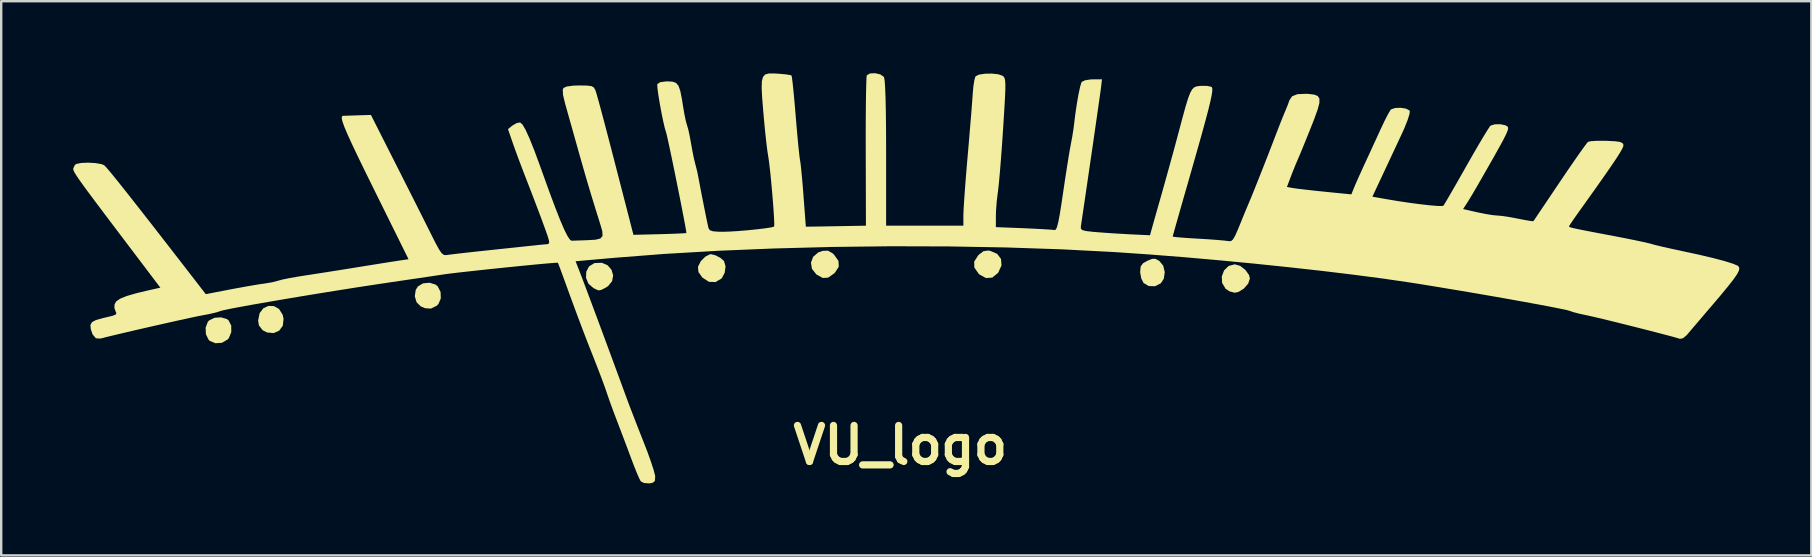
<source format=kicad_pcb>
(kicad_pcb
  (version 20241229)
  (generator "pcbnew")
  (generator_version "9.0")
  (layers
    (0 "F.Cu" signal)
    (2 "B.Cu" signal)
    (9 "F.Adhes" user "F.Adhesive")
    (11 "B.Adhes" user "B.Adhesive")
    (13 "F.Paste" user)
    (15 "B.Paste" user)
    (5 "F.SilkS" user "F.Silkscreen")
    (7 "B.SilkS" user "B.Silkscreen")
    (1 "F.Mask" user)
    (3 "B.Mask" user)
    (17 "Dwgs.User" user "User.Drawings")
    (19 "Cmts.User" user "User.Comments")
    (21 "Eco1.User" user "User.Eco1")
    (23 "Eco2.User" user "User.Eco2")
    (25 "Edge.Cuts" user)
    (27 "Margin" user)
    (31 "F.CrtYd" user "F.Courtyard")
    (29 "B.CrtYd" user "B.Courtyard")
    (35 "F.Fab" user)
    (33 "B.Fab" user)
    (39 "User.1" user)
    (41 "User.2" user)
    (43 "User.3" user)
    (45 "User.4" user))
  (footprint "VU_logo"
    (layer "F.Cu")
    (at 34.459 15.496)
    (property "Reference" "VU_logo" (at 0 0 0) (layer "F.SilkS") (effects (font (size 1.5 1.5) (thickness 0.3))))
    (attr board_only exclude_from_pos_files exclude_from_bom)
    (fp_poly (pts (xy -26.091 -5.792) (xy -25.882 -5.671) (xy -25.735 -5.436) (xy -25.696 -5.267) (xy -25.727 -4.977) (xy -25.878 -4.77) (xy -26.109 -4.67) (xy -26.383 -4.695) (xy -26.566 -4.788) (xy -26.722 -4.987) (xy -26.755 -5.196) (xy -26.693 -5.501) (xy -26.536 -5.705) (xy -26.322 -5.802)) (stroke (width 0) (type solid)) (fill yes) (layer "F.SilkS"))
    (fp_poly (pts (xy -19.363 -6.69) (xy -19.275 -6.619) (xy -19.154 -6.382) (xy -19.145 -6.113) (xy -19.244 -5.879) (xy -19.323 -5.804) (xy -19.56 -5.69) (xy -19.799 -5.706) (xy -19.981 -5.782) (xy -20.154 -5.953) (xy -20.228 -6.202) (xy -20.191 -6.463) (xy -20.101 -6.612) (xy -19.885 -6.741) (xy -19.614 -6.767)) (stroke (width 0) (type solid)) (fill yes) (layer "F.SilkS"))
    (fp_poly (pts (xy 14.158 -7.468) (xy 14.375 -7.301) (xy 14.527 -7.088) (xy 14.563 -6.943) (xy 14.491 -6.73) (xy 14.313 -6.526) (xy 14.087 -6.384) (xy 13.932 -6.35) (xy 13.709 -6.409) (xy 13.547 -6.519) (xy 13.405 -6.76) (xy 13.391 -7.029) (xy 13.486 -7.279) (xy 13.673 -7.464) (xy 13.932 -7.535)) (stroke (width 0) (type solid)) (fill yes) (layer "F.SilkS"))
    (fp_poly (pts (xy -28.056 -5.253) (xy -27.988 -5.201) (xy -27.876 -4.981) (xy -27.873 -4.71) (xy -27.976 -4.459) (xy -28.025 -4.403) (xy -28.261 -4.266) (xy -28.532 -4.246) (xy -28.77 -4.345) (xy -28.816 -4.388) (xy -28.931 -4.621) (xy -28.943 -4.895) (xy -28.852 -5.136) (xy -28.801 -5.194) (xy -28.576 -5.306) (xy -28.301 -5.325)) (stroke (width 0) (type solid)) (fill yes) (layer "F.SilkS"))
    (fp_poly (pts (xy -2.836 -8.003) (xy -2.757 -7.93) (xy -2.578 -7.676) (xy -2.566 -7.433) (xy -2.723 -7.19) (xy -2.764 -7.15) (xy -3.007 -6.98) (xy -3.232 -6.965) (xy -3.483 -7.103) (xy -3.502 -7.118) (xy -3.684 -7.348) (xy -3.724 -7.606) (xy -3.633 -7.847) (xy -3.423 -8.029) (xy -3.235 -8.095) (xy -3.018 -8.103)) (stroke (width 0) (type solid)) (fill yes) (layer "F.SilkS"))
    (fp_poly (pts (xy 3.743 -8.095) (xy 4.034 -7.97) (xy 4.194 -7.757) (xy 4.214 -7.488) (xy 4.081 -7.196) (xy 4.058 -7.166) (xy 3.829 -6.982) (xy 3.571 -6.961) (xy 3.308 -7.102) (xy 3.256 -7.15) (xy 3.082 -7.402) (xy 3.077 -7.648) (xy 3.239 -7.902) (xy 3.265 -7.93) (xy 3.457 -8.079) (xy 3.65 -8.109)) (stroke (width 0) (type solid)) (fill yes) (layer "F.SilkS"))
    (fp_poly (pts (xy -12.193 -7.492) (xy -12.032 -7.304) (xy -11.965 -7.073) (xy -12.008 -6.834) (xy -12.177 -6.625) (xy -12.283 -6.558) (xy -12.459 -6.469) (xy -12.563 -6.447) (xy -12.679 -6.491) (xy -12.783 -6.544) (xy -12.994 -6.725) (xy -13.094 -6.969) (xy -13.085 -7.225) (xy -12.971 -7.445) (xy -12.752 -7.582) (xy -12.733 -7.587) (xy -12.432 -7.598)) (stroke (width 0) (type solid)) (fill yes) (layer "F.SilkS"))
    (fp_poly (pts (xy 10.774 -7.684) (xy 10.79 -7.674) (xy 10.952 -7.477) (xy 11.015 -7.208) (xy 10.975 -6.934) (xy 10.852 -6.744) (xy 10.611 -6.622) (xy 10.346 -6.629) (xy 10.131 -6.759) (xy 10.036 -6.947) (xy 9.991 -7.198) (xy 9.991 -7.226) (xy 10.013 -7.446) (xy 10.11 -7.58) (xy 10.282 -7.677) (xy 10.485 -7.762) (xy 10.621 -7.764)) (stroke (width 0) (type solid)) (fill yes) (layer "F.SilkS"))
    (fp_poly (pts (xy -7.699 -7.909) (xy -7.484 -7.794) (xy -7.346 -7.671) (xy -7.283 -7.447) (xy -7.318 -7.181) (xy -7.438 -6.956) (xy -7.451 -6.943) (xy -7.7 -6.795) (xy -7.972 -6.805) (xy -8.234 -6.972) (xy -8.264 -7.003) (xy -8.412 -7.215) (xy -8.43 -7.417) (xy -8.424 -7.447) (xy -8.315 -7.663) (xy -8.13 -7.851) (xy -7.932 -7.952) (xy -7.89 -7.957)) (stroke (width 0) (type solid)) (fill yes) (layer "F.SilkS"))
    (fp_poly (pts (xy -0.836 -15.447) (xy -0.689 -15.345) (xy -0.68 -15.33) (xy -0.655 -15.196) (xy -0.634 -14.9) (xy -0.616 -14.45) (xy -0.604 -13.855) (xy -0.596 -13.121) (xy -0.593 -12.257) (xy -0.593 -12.155) (xy -0.593 -9.144) (xy 1.016 -9.144) (xy 2.625 -9.144) (xy 2.626 -9.588) (xy 2.634 -9.801) (xy 2.655 -10.151) (xy 2.687 -10.609) (xy 2.728 -11.143) (xy 2.776 -11.723) (xy 2.802 -12.023) (xy 2.855 -12.629) (xy 2.904 -13.218) (xy 2.949 -13.756) (xy 2.984 -14.209) (xy 3.009 -14.542) (xy 3.015 -14.642) (xy 3.044 -14.961) (xy 3.085 -15.218) (xy 3.129 -15.361) (xy 3.134 -15.368) (xy 3.276 -15.437) (xy 3.522 -15.475) (xy 3.809 -15.48) (xy 4.075 -15.453) (xy 4.255 -15.392) (xy 4.261 -15.388) (xy 4.309 -15.346) (xy 4.343 -15.287) (xy 4.365 -15.188) (xy 4.375 -15.03) (xy 4.373 -14.792) (xy 4.358 -14.454) (xy 4.332 -13.994) (xy 4.294 -13.393) (xy 4.279 -13.162) (xy 4.238 -12.549) (xy 4.194 -11.962) (xy 4.152 -11.434) (xy 4.113 -10.994) (xy 4.079 -10.672) (xy 4.062 -10.541) (xy 4.015 -10.159) (xy 3.985 -9.752) (xy 3.98 -9.559) (xy 3.979 -9.084) (xy 5.144 -9.038) (xy 5.578 -9.018) (xy 5.958 -8.998) (xy 6.247 -8.98) (xy 6.411 -8.965) (xy 6.429 -8.961) (xy 6.478 -8.984) (xy 6.526 -9.088) (xy 6.579 -9.292) (xy 6.641 -9.614) (xy 6.714 -10.073) (xy 6.777 -10.499) (xy 6.856 -11.032) (xy 6.935 -11.541) (xy 7.006 -11.989) (xy 7.065 -12.338) (xy 7.101 -12.531) (xy 7.164 -12.867) (xy 7.216 -13.198) (xy 7.233 -13.335) (xy 7.289 -13.789) (xy 7.354 -14.229) (xy 7.422 -14.618) (xy 7.487 -14.922) (xy 7.542 -15.105) (xy 7.558 -15.134) (xy 7.688 -15.199) (xy 7.916 -15.236) (xy 8.02 -15.24) (xy 8.399 -15.24) (xy 8.357 -14.88) (xy 8.336 -14.728) (xy 8.295 -14.432) (xy 8.236 -14.016) (xy 8.162 -13.504) (xy 8.078 -12.919) (xy 7.986 -12.284) (xy 7.889 -11.625) (xy 7.793 -10.963) (xy 7.699 -10.324) (xy 7.612 -9.731) (xy 7.534 -9.206) (xy 7.518 -9.102) (xy 7.522 -9.015) (xy 7.586 -8.958) (xy 7.745 -8.919) (xy 8.031 -8.887) (xy 8.128 -8.879) (xy 8.517 -8.849) (xy 8.989 -8.817) (xy 9.459 -8.791) (xy 9.581 -8.784) (xy 10.4 -8.745) (xy 10.485 -9.05) (xy 10.538 -9.24) (xy 10.627 -9.555) (xy 10.741 -9.956) (xy 10.869 -10.406) (xy 10.919 -10.583) (xy 11.081 -11.16) (xy 11.263 -11.817) (xy 11.443 -12.474) (xy 11.594 -13.039) (xy 11.755 -13.643) (xy 11.882 -14.104) (xy 11.985 -14.441) (xy 12.074 -14.674) (xy 12.157 -14.823) (xy 12.245 -14.908) (xy 12.348 -14.949) (xy 12.474 -14.966) (xy 12.529 -14.97) (xy 12.772 -14.969) (xy 12.945 -14.933) (xy 12.975 -14.914) (xy 12.996 -14.86) (xy 12.995 -14.752) (xy 12.969 -14.575) (xy 12.915 -14.319) (xy 12.83 -13.97) (xy 12.71 -13.515) (xy 12.553 -12.943) (xy 12.355 -12.24) (xy 12.114 -11.394) (xy 11.973 -10.901) (xy 11.806 -10.323) (xy 11.657 -9.8) (xy 11.53 -9.354) (xy 11.432 -9.006) (xy 11.368 -8.778) (xy 11.345 -8.691) (xy 11.345 -8.691) (xy 11.425 -8.675) (xy 11.641 -8.654) (xy 11.964 -8.63) (xy 12.36 -8.605) (xy 12.425 -8.602) (xy 12.85 -8.576) (xy 13.225 -8.548) (xy 13.512 -8.522) (xy 13.672 -8.501) (xy 13.677 -8.5) (xy 13.769 -8.499) (xy 13.853 -8.565) (xy 13.948 -8.726) (xy 14.072 -9.008) (xy 14.135 -9.16) (xy 14.277 -9.511) (xy 14.409 -9.832) (xy 14.508 -10.067) (xy 14.53 -10.118) (xy 14.622 -10.337) (xy 14.761 -10.681) (xy 14.934 -11.115) (xy 15.128 -11.605) (xy 15.328 -12.117) (xy 15.522 -12.617) (xy 15.635 -12.912) (xy 15.775 -13.275) (xy 15.906 -13.607) (xy 16.008 -13.855) (xy 16.039 -13.928) (xy 16.139 -14.171) (xy 16.21 -14.372) (xy 16.322 -14.536) (xy 16.546 -14.623) (xy 16.903 -14.638) (xy 17.016 -14.632) (xy 17.24 -14.605) (xy 17.387 -14.548) (xy 17.459 -14.438) (xy 17.457 -14.255) (xy 17.383 -13.975) (xy 17.238 -13.576) (xy 17.108 -13.246) (xy 16.938 -12.823) (xy 16.781 -12.436) (xy 16.652 -12.123) (xy 16.566 -11.922) (xy 16.555 -11.896) (xy 16.457 -11.667) (xy 16.336 -11.367) (xy 16.272 -11.199) (xy 16.105 -10.757) (xy 16.371 -10.71) (xy 16.557 -10.683) (xy 16.868 -10.646) (xy 17.263 -10.602) (xy 17.697 -10.557) (xy 17.713 -10.555) (xy 18.789 -10.448) (xy 18.893 -10.706) (xy 18.973 -10.896) (xy 19.103 -11.189) (xy 19.262 -11.539) (xy 19.348 -11.726) (xy 19.552 -12.168) (xy 19.778 -12.66) (xy 19.985 -13.111) (xy 20.03 -13.208) (xy 20.183 -13.53) (xy 20.318 -13.792) (xy 20.416 -13.956) (xy 20.445 -13.99) (xy 20.616 -14.047) (xy 20.846 -14.055) (xy 21.066 -14.02) (xy 21.208 -13.946) (xy 21.223 -13.922) (xy 21.21 -13.793) (xy 21.135 -13.551) (xy 21.011 -13.237) (xy 20.911 -13.012) (xy 20.717 -12.598) (xy 20.486 -12.104) (xy 20.251 -11.602) (xy 20.106 -11.293) (xy 19.665 -10.352) (xy 20.225 -10.253) (xy 20.715 -10.171) (xy 21.204 -10.098) (xy 21.665 -10.037) (xy 22.066 -9.992) (xy 22.379 -9.966) (xy 22.574 -9.963) (xy 22.622 -9.975) (xy 22.679 -10.062) (xy 22.806 -10.276) (xy 22.99 -10.593) (xy 23.218 -10.99) (xy 23.478 -11.447) (xy 23.588 -11.642) (xy 23.859 -12.116) (xy 24.106 -12.541) (xy 24.316 -12.894) (xy 24.476 -13.152) (xy 24.571 -13.294) (xy 24.589 -13.313) (xy 24.767 -13.367) (xy 25.003 -13.37) (xy 25.213 -13.325) (xy 25.298 -13.271) (xy 25.318 -13.231) (xy 25.317 -13.169) (xy 25.286 -13.069) (xy 25.218 -12.915) (xy 25.105 -12.694) (xy 24.938 -12.389) (xy 24.712 -11.984) (xy 24.416 -11.466) (xy 24.044 -10.817) (xy 24.007 -10.753) (xy 23.838 -10.464) (xy 23.679 -10.202) (xy 23.591 -10.062) (xy 23.443 -9.837) (xy 24.036 -9.702) (xy 24.37 -9.634) (xy 24.669 -9.585) (xy 24.866 -9.567) (xy 25.066 -9.55) (xy 25.368 -9.505) (xy 25.709 -9.441) (xy 25.728 -9.437) (xy 26.029 -9.378) (xy 26.257 -9.339) (xy 26.368 -9.329) (xy 26.373 -9.331) (xy 26.424 -9.405) (xy 26.555 -9.6) (xy 26.754 -9.895) (xy 27.007 -10.271) (xy 27.3 -10.707) (xy 27.473 -10.964) (xy 27.787 -11.428) (xy 28.074 -11.845) (xy 28.318 -12.195) (xy 28.506 -12.456) (xy 28.622 -12.608) (xy 28.649 -12.637) (xy 28.774 -12.665) (xy 29.021 -12.68) (xy 29.34 -12.681) (xy 29.421 -12.679) (xy 29.768 -12.662) (xy 29.979 -12.633) (xy 30.087 -12.584) (xy 30.125 -12.513) (xy 30.117 -12.451) (xy 30.071 -12.344) (xy 29.979 -12.182) (xy 29.832 -11.951) (xy 29.623 -11.64) (xy 29.342 -11.235) (xy 28.983 -10.725) (xy 28.536 -10.097) (xy 28.264 -9.717) (xy 28.076 -9.451) (xy 27.934 -9.243) (xy 27.861 -9.126) (xy 27.855 -9.113) (xy 27.869 -9.094) (xy 27.924 -9.072) (xy 28.04 -9.042) (xy 28.236 -8.999) (xy 28.535 -8.939) (xy 28.955 -8.858) (xy 29.516 -8.752) (xy 29.672 -8.723) (xy 30.15 -8.63) (xy 30.588 -8.542) (xy 30.949 -8.465) (xy 31.2 -8.407) (xy 31.281 -8.385) (xy 31.462 -8.336) (xy 31.767 -8.263) (xy 32.154 -8.176) (xy 32.581 -8.085) (xy 32.597 -8.081) (xy 33.28 -7.933) (xy 33.866 -7.794) (xy 34.339 -7.669) (xy 34.682 -7.562) (xy 34.881 -7.478) (xy 34.913 -7.454) (xy 34.951 -7.383) (xy 34.937 -7.279) (xy 34.861 -7.126) (xy 34.71 -6.908) (xy 34.475 -6.608) (xy 34.145 -6.209) (xy 33.869 -5.884) (xy 33.545 -5.506) (xy 33.25 -5.159) (xy 33.003 -4.87) (xy 32.829 -4.665) (xy 32.761 -4.585) (xy 32.61 -4.457) (xy 32.481 -4.429) (xy 32.481 -4.429) (xy 32.337 -4.473) (xy 32.059 -4.55) (xy 31.677 -4.65) (xy 31.222 -4.768) (xy 30.723 -4.895) (xy 30.211 -5.024) (xy 29.716 -5.147) (xy 29.269 -5.256) (xy 28.9 -5.343) (xy 28.639 -5.402) (xy 28.575 -5.415) (xy 28.272 -5.48) (xy 28.017 -5.548) (xy 27.898 -5.591) (xy 27.769 -5.627) (xy 27.493 -5.686) (xy 27.09 -5.766) (xy 26.581 -5.862) (xy 25.984 -5.971) (xy 25.322 -6.09) (xy 24.612 -6.215) (xy 23.876 -6.342) (xy 23.134 -6.467) (xy 22.405 -6.588) (xy 21.711 -6.701) (xy 21.209 -6.78) (xy 20.128 -6.938) (xy 18.907 -7.098) (xy 17.579 -7.259) (xy 16.172 -7.415) (xy 14.718 -7.566) (xy 13.247 -7.706) (xy 11.789 -7.834) (xy 10.374 -7.945) (xy 9.034 -8.037) (xy 8.932 -8.044) (xy 6.726 -8.159) (xy 4.41 -8.237) (xy 2.019 -8.28) (xy -0.412 -8.287) (xy -2.849 -8.258) (xy -5.258 -8.195) (xy -7.603 -8.098) (xy -9.85 -7.966) (xy -11.909 -7.806) (xy -13.53 -7.662) (xy -13.365 -7.239) (xy -13.252 -6.946) (xy -13.091 -6.519) (xy -12.89 -5.982) (xy -12.658 -5.361) (xy -12.405 -4.68) (xy -12.14 -3.963) (xy -11.872 -3.236) (xy -11.61 -2.524) (xy -11.422 -2.01) (xy -11.301 -1.685) (xy -11.135 -1.254) (xy -10.946 -0.766) (xy -10.752 -0.273) (xy -10.703 -0.15) (xy -10.533 0.289) (xy -10.389 0.693) (xy -10.281 1.025) (xy -10.221 1.251) (xy -10.213 1.309) (xy -10.227 1.492) (xy -10.323 1.57) (xy -10.464 1.592) (xy -10.676 1.577) (xy -10.814 1.507) (xy -10.879 1.385) (xy -10.984 1.142) (xy -11.114 0.817) (xy -11.215 0.55) (xy -11.385 0.093) (xy -11.573 -0.404) (xy -11.746 -0.859) (xy -11.806 -1.016) (xy -11.955 -1.408) (xy -12.1 -1.806) (xy -12.215 -2.137) (xy -12.236 -2.201) (xy -12.325 -2.457) (xy -12.461 -2.824) (xy -12.626 -3.255) (xy -12.802 -3.704) (xy -12.828 -3.768) (xy -13.02 -4.256) (xy -13.245 -4.841) (xy -13.477 -5.458) (xy -13.694 -6.046) (xy -13.759 -6.223) (xy -13.921 -6.67) (xy -14.062 -7.057) (xy -14.173 -7.358) (xy -14.245 -7.548) (xy -14.266 -7.6) (xy -14.352 -7.599) (xy -14.58 -7.582) (xy -14.925 -7.552) (xy -15.36 -7.511) (xy -15.86 -7.462) (xy -16.4 -7.407) (xy -16.952 -7.35) (xy -17.492 -7.293) (xy -17.993 -7.238) (xy -18.429 -7.189) (xy -18.775 -7.148) (xy -19.005 -7.117) (xy -19.008 -7.116) (xy -19.249 -7.08) (xy -19.624 -7.024) (xy -20.095 -6.954) (xy -20.628 -6.876) (xy -21.188 -6.794) (xy -21.251 -6.784) (xy -21.927 -6.683) (xy -22.653 -6.572) (xy -23.407 -6.453) (xy -24.172 -6.33) (xy -24.928 -6.206) (xy -25.654 -6.084) (xy -26.333 -5.968) (xy -26.943 -5.862) (xy -27.466 -5.767) (xy -27.882 -5.689) (xy -28.172 -5.629) (xy -28.315 -5.592) (xy -28.321 -5.589) (xy -28.491 -5.534) (xy -28.766 -5.468) (xy -29.041 -5.416) (xy -29.258 -5.374) (xy -29.608 -5.3) (xy -30.057 -5.202) (xy -30.575 -5.086) (xy -31.128 -4.961) (xy -31.685 -4.834) (xy -32.212 -4.711) (xy -32.678 -4.601) (xy -33.051 -4.511) (xy -33.297 -4.448) (xy -33.322 -4.441) (xy -33.514 -4.453) (xy -33.654 -4.619) (xy -33.727 -4.837) (xy -33.743 -5.004) (xy -33.679 -5.123) (xy -33.509 -5.214) (xy -33.206 -5.299) (xy -33.079 -5.327) (xy -32.808 -5.393) (xy -32.678 -5.45) (xy -32.662 -5.514) (xy -32.686 -5.552) (xy -32.744 -5.721) (xy -32.735 -5.871) (xy -32.663 -5.993) (xy -32.499 -6.105) (xy -32.224 -6.216) (xy -31.818 -6.333) (xy -31.311 -6.454) (xy -30.829 -6.562) (xy -32.143 -8.297) (xy -32.692 -9.023) (xy -33.147 -9.625) (xy -33.517 -10.118) (xy -33.811 -10.511) (xy -34.037 -10.819) (xy -34.204 -11.052) (xy -34.32 -11.224) (xy -34.396 -11.345) (xy -34.438 -11.429) (xy -34.456 -11.487) (xy -34.459 -11.521) (xy -34.391 -11.673) (xy -34.325 -11.717) (xy -34.115 -11.758) (xy -33.827 -11.769) (xy -33.527 -11.751) (xy -33.281 -11.709) (xy -33.169 -11.663) (xy -33.07 -11.56) (xy -32.873 -11.327) (xy -32.579 -10.964) (xy -32.186 -10.47) (xy -31.694 -9.844) (xy -31.101 -9.085) (xy -30.408 -8.193) (xy -29.856 -7.481) (xy -28.936 -6.291) (xy -28.544 -6.367) (xy -27.775 -6.515) (xy -27.161 -6.627) (xy -26.707 -6.703) (xy -26.458 -6.738) (xy -26.179 -6.785) (xy -25.936 -6.847) (xy -25.908 -6.856) (xy -25.737 -6.901) (xy -25.445 -6.961) (xy -25.077 -7.025) (xy -24.807 -7.068) (xy -24.382 -7.133) (xy -23.852 -7.216) (xy -23.281 -7.306) (xy -22.732 -7.394) (xy -22.648 -7.408) (xy -22.162 -7.487) (xy -21.697 -7.561) (xy -21.296 -7.625) (xy -21.003 -7.67) (xy -20.934 -7.681) (xy -20.489 -7.747) (xy -21.886 -10.569) (xy -22.275 -11.358) (xy -22.592 -12.009) (xy -22.841 -12.533) (xy -23.029 -12.944) (xy -23.16 -13.253) (xy -23.239 -13.473) (xy -23.272 -13.616) (xy -23.264 -13.695) (xy -23.22 -13.72) (xy -23.108 -13.725) (xy -22.878 -13.732) (xy -22.606 -13.741) (xy -22.056 -13.757) (xy -21.028 -11.726) (xy -20.725 -11.126) (xy -20.42 -10.523) (xy -20.13 -9.948) (xy -19.872 -9.434) (xy -19.662 -9.015) (xy -19.55 -8.79) (xy -19.356 -8.406) (xy -19.216 -8.151) (xy -19.112 -8) (xy -19.024 -7.93) (xy -18.935 -7.916) (xy -18.884 -7.923) (xy -18.735 -7.943) (xy -18.447 -7.978) (xy -18.051 -8.023) (xy -17.577 -8.075) (xy -17.055 -8.13) (xy -17.018 -8.134) (xy -16.494 -8.19) (xy -16.016 -8.24) (xy -15.615 -8.283) (xy -15.32 -8.314) (xy -15.161 -8.331) (xy -15.155 -8.332) (xy -14.906 -8.357) (xy -14.757 -8.369) (xy -14.673 -8.38) (xy -14.632 -8.419) (xy -14.636 -8.515) (xy -14.689 -8.698) (xy -14.795 -8.998) (xy -14.856 -9.165) (xy -15.006 -9.572) (xy -15.194 -10.068) (xy -15.391 -10.584) (xy -15.539 -10.964) (xy -15.714 -11.418) (xy -15.889 -11.879) (xy -16.041 -12.292) (xy -16.141 -12.573) (xy -16.346 -13.166) (xy -16.16 -13.317) (xy -15.979 -13.421) (xy -15.841 -13.443) (xy -15.746 -13.363) (xy -15.618 -13.147) (xy -15.454 -12.789) (xy -15.251 -12.283) (xy -15.007 -11.622) (xy -14.938 -11.43) (xy -14.636 -10.591) (xy -14.38 -9.905) (xy -14.168 -9.367) (xy -13.995 -8.966) (xy -13.858 -8.697) (xy -13.755 -8.55) (xy -13.693 -8.516) (xy -13.53 -8.523) (xy -13.266 -8.532) (xy -13.06 -8.539) (xy -12.704 -8.559) (xy -12.494 -8.611) (xy -12.406 -8.719) (xy -12.416 -8.908) (xy -12.486 -9.155) (xy -12.707 -9.863) (xy -12.893 -10.471) (xy -13.063 -11.04) (xy -13.234 -11.632) (xy -13.425 -12.306) (xy -13.428 -12.319) (xy -13.57 -12.823) (xy -13.709 -13.317) (xy -13.833 -13.757) (xy -13.929 -14.099) (xy -13.965 -14.224) (xy -14.051 -14.583) (xy -14.064 -14.804) (xy -14.035 -14.88) (xy -13.895 -14.943) (xy -13.614 -14.979) (xy -13.365 -14.986) (xy -13.054 -14.981) (xy -12.87 -14.958) (xy -12.77 -14.903) (xy -12.711 -14.803) (xy -12.701 -14.777) (xy -12.658 -14.641) (xy -12.583 -14.378) (xy -12.475 -13.981) (xy -12.332 -13.445) (xy -12.154 -12.766) (xy -11.939 -11.938) (xy -11.685 -10.955) (xy -11.436 -9.991) (xy -11.12 -8.763) (xy -10.027 -8.79) (xy -9.617 -8.802) (xy -9.274 -8.815) (xy -9.03 -8.827) (xy -8.917 -8.837) (xy -8.914 -8.838) (xy -8.924 -8.923) (xy -8.963 -9.147) (xy -9.026 -9.482) (xy -9.107 -9.901) (xy -9.201 -10.378) (xy -9.303 -10.885) (xy -9.406 -11.394) (xy -9.506 -11.88) (xy -9.597 -12.314) (xy -9.674 -12.67) (xy -9.73 -12.921) (xy -9.761 -13.038) (xy -9.762 -13.039) (xy -9.815 -13.217) (xy -9.881 -13.5) (xy -9.951 -13.845) (xy -10.019 -14.211) (xy -10.076 -14.556) (xy -10.115 -14.836) (xy -10.128 -15.011) (xy -10.124 -15.042) (xy -10.008 -15.121) (xy -9.752 -15.155) (xy -9.695 -15.155) (xy -9.491 -15.144) (xy -9.346 -15.093) (xy -9.244 -14.974) (xy -9.168 -14.76) (xy -9.101 -14.423) (xy -9.052 -14.112) (xy -8.996 -13.786) (xy -8.938 -13.508) (xy -8.89 -13.338) (xy -8.889 -13.335) (xy -8.839 -13.168) (xy -8.778 -12.893) (xy -8.72 -12.573) (xy -8.659 -12.233) (xy -8.596 -11.925) (xy -8.547 -11.726) (xy -8.479 -11.466) (xy -8.434 -11.261) (xy -8.358 -10.859) (xy -8.275 -10.425) (xy -8.19 -9.994) (xy -8.112 -9.603) (xy -8.047 -9.288) (xy -8.003 -9.086) (xy -7.991 -9.038) (xy -7.938 -8.957) (xy -7.812 -8.911) (xy -7.578 -8.892) (xy -7.381 -8.89) (xy -7.102 -8.899) (xy -6.75 -8.921) (xy -6.363 -8.953) (xy -5.983 -8.992) (xy -5.647 -9.032) (xy -5.395 -9.07) (xy -5.266 -9.103) (xy -5.26 -9.107) (xy -5.252 -9.201) (xy -5.26 -9.43) (xy -5.28 -9.761) (xy -5.31 -10.161) (xy -5.346 -10.596) (xy -5.386 -11.034) (xy -5.428 -11.44) (xy -5.468 -11.783) (xy -5.503 -12.028) (xy -5.51 -12.065) (xy -5.545 -12.296) (xy -5.589 -12.655) (xy -5.637 -13.103) (xy -5.684 -13.599) (xy -5.709 -13.885) (xy -5.755 -14.449) (xy -5.778 -14.866) (xy -5.77 -15.157) (xy -5.722 -15.343) (xy -5.626 -15.445) (xy -5.471 -15.486) (xy -5.251 -15.486) (xy -5.061 -15.474) (xy -4.791 -15.45) (xy -4.598 -15.421) (xy -4.534 -15.4) (xy -4.515 -15.307) (xy -4.486 -15.071) (xy -4.449 -14.72) (xy -4.408 -14.278) (xy -4.365 -13.774) (xy -4.36 -13.714) (xy -4.316 -13.193) (xy -4.274 -12.72) (xy -4.235 -12.325) (xy -4.203 -12.038) (xy -4.182 -11.889) (xy -4.181 -11.884) (xy -4.158 -11.738) (xy -4.127 -11.457) (xy -4.091 -11.076) (xy -4.053 -10.63) (xy -4.036 -10.401) (xy -3.937 -9.102) (xy -3.619 -9.106) (xy -3.402 -9.109) (xy -3.067 -9.115) (xy -2.666 -9.122) (xy -2.368 -9.127) (xy -1.434 -9.144) (xy -1.442 -12.233) (xy -1.443 -12.941) (xy -1.441 -13.598) (xy -1.436 -14.182) (xy -1.429 -14.674) (xy -1.42 -15.056) (xy -1.41 -15.307) (xy -1.398 -15.408) (xy -1.264 -15.486) (xy -1.052 -15.496)) (stroke (width 0) (type solid)) (fill yes) (layer "F.SilkS")))
  (gr_rect
    (start -3 -3)
    (end 72.411 20.088)
    (stroke (width 0.1) (type default))
    (fill no)
    (layer "Edge.Cuts")))
</source>
